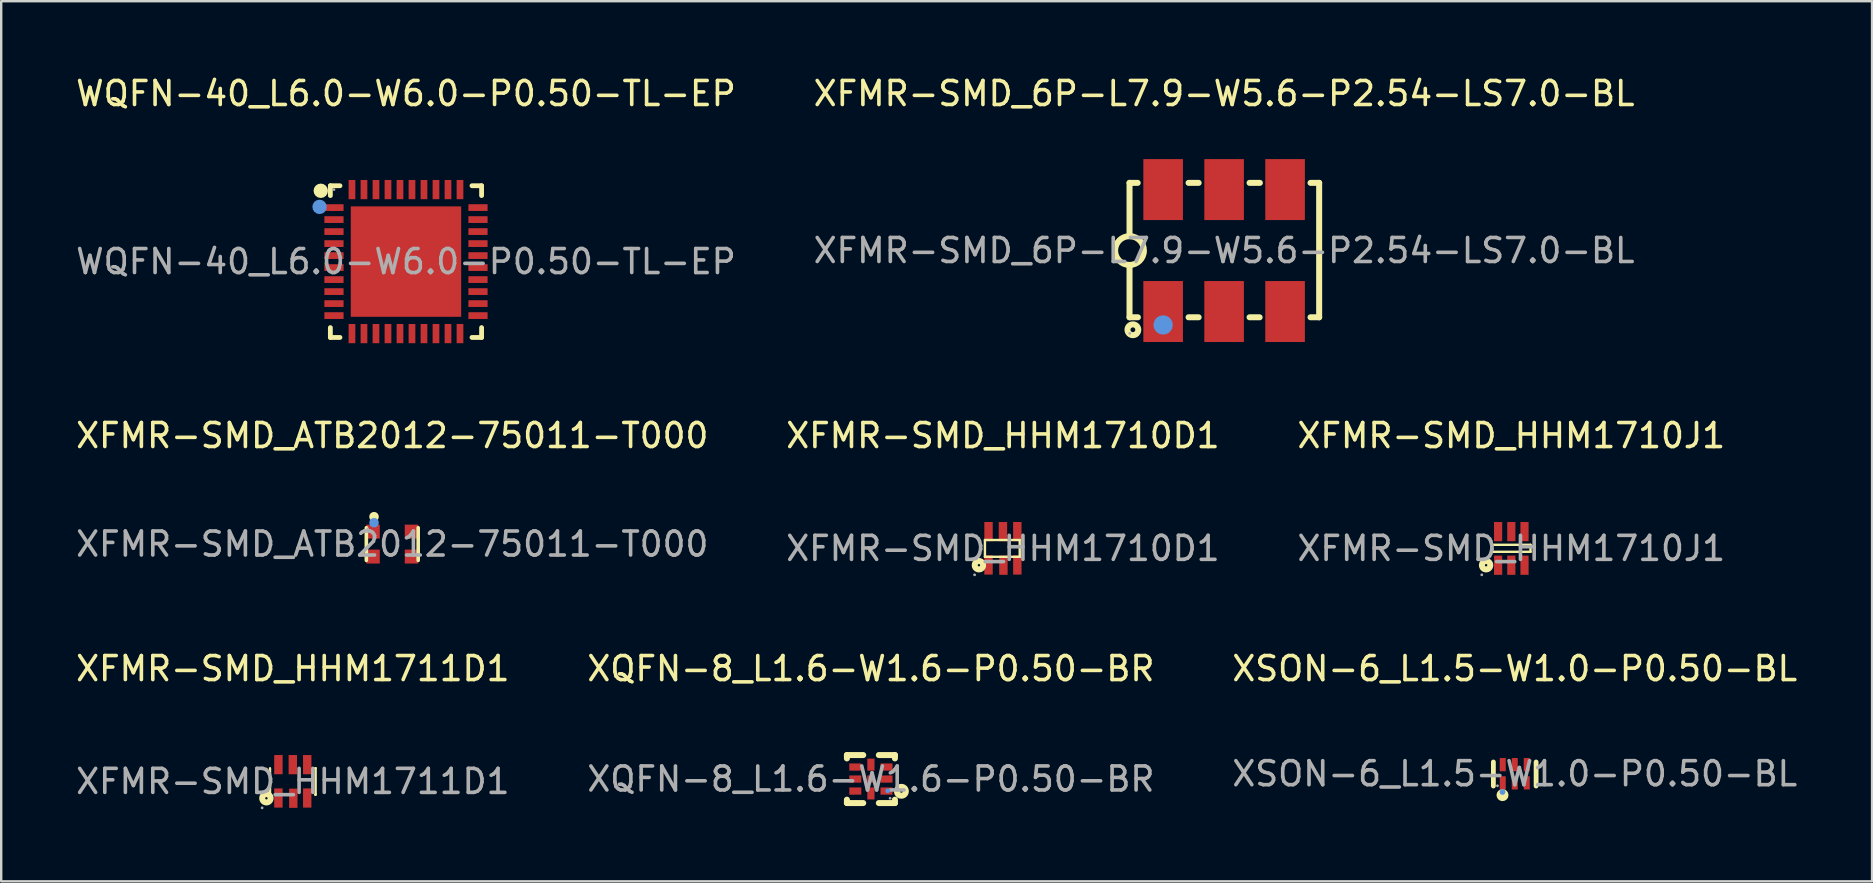
<source format=kicad_pcb>
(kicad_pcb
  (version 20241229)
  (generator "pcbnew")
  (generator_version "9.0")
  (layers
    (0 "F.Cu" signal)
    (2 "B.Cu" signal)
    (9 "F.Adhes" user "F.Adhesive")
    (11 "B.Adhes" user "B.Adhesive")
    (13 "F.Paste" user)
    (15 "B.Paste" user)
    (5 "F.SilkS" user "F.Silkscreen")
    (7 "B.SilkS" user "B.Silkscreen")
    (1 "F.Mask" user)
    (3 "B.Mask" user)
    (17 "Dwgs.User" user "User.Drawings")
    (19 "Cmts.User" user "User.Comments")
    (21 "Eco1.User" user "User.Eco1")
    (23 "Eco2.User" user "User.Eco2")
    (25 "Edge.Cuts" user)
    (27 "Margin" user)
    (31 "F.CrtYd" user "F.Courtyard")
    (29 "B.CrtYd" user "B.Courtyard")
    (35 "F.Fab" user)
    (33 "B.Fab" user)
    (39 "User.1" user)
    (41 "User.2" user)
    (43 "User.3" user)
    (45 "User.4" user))
  (footprint "XFMR-SMD_6P-L7.9-W5.6-P2.54-LS7.0-BL"
    (layer "F.Cu")
    (at 47.946 7.388)
    (property "Reference" "XFMR-SMD_6P-L7.9-W5.6-P2.54-LS7.0-BL" (at 0 -6.54 0) (layer "F.SilkS") (effects (font (size 1 1) (thickness 0.15))))
    (attr through_hole)
    (fp_line (start -3.94 -2.82) (end -3.94 -0.6) (stroke (width 0.25) (type solid)) (layer "F.SilkS"))
    (fp_line (start -3.94 -2.82) (end -3.6 -2.82) (stroke (width 0.25) (type solid)) (layer "F.SilkS"))
    (fp_line (start -3.94 2.78) (end -3.94 0.6) (stroke (width 0.25) (type solid)) (layer "F.SilkS"))
    (fp_line (start -3.94 2.78) (end -3.59 2.78) (stroke (width 0.25) (type solid)) (layer "F.SilkS"))
    (fp_line (start -1.48 -2.82) (end -1.06 -2.82) (stroke (width 0.25) (type solid)) (layer "F.SilkS"))
    (fp_line (start -1.48 2.78) (end -1.06 2.78) (stroke (width 0.25) (type solid)) (layer "F.SilkS"))
    (fp_line (start 1.06 -2.82) (end 1.49 -2.82) (stroke (width 0.25) (type solid)) (layer "F.SilkS"))
    (fp_line (start 1.06 2.78) (end 1.48 2.78) (stroke (width 0.25) (type solid)) (layer "F.SilkS"))
    (fp_line (start 3.6 -2.82) (end 3.96 -2.82) (stroke (width 0.25) (type solid)) (layer "F.SilkS"))
    (fp_line (start 3.6 2.78) (end 3.96 2.78) (stroke (width 0.25) (type solid)) (layer "F.SilkS"))
    (fp_line (start 3.96 2.78) (end 3.96 -2.82) (stroke (width 0.25) (type solid)) (layer "F.SilkS"))
    (fp_arc (start -3.929529 -0.599909) (mid -3.945236 0.599978) (end -3.94 -0.6) (stroke (width 0.25) (type solid)) (layer "F.SilkS"))
    (fp_circle (center -3.8 3.3) (end -3.7 3.3) (stroke (width 0.25) (type solid)) (fill no) (layer "F.SilkS"))
    (fp_circle (center -2.54 3.1) (end -2.34 3.1) (stroke (width 0.4) (type solid)) (fill no) (layer "Cmts.User"))
    (fp_circle (center -3.93 3.45) (end -3.9 3.45) (stroke (width 0.06) (type solid)) (fill no) (layer "F.Fab"))
    (fp_text user "${REFERENCE}" (at 0 0 0) (layer "F.Fab") (effects (font (size 1 1) (thickness 0.15))))
    (pad "1" smd rect (at -2.54 2.54) (size 1.65 2.54) (layers "F.Cu" "F.Mask" "F.Paste"))
    (pad "2" smd rect (at 0 2.54) (size 1.65 2.54) (layers "F.Cu" "F.Mask" "F.Paste"))
    (pad "3" smd rect (at 2.54 2.54) (size 1.65 2.54) (layers "F.Cu" "F.Mask" "F.Paste"))
    (pad "4" smd rect (at 2.54 -2.54) (size 1.65 2.54) (layers "F.Cu" "F.Mask" "F.Paste"))
    (pad "5" smd rect (at 0 -2.54) (size 1.65 2.54) (layers "F.Cu" "F.Mask" "F.Paste"))
    (pad "6" smd rect (at -2.54 -2.54) (size 1.65 2.54) (layers "F.Cu" "F.Mask" "F.Paste")))
  (footprint "XFMR-SMD_HHM1710J1"
    (layer "F.Cu")
    (at 59.911 19.797)
    (property "Reference" "XFMR-SMD_HHM1710J1" (at 0 -4.7 0) (layer "F.SilkS") (effects (font (size 1 1) (thickness 0.15))))
    (attr through_hole)
    (fp_line (start -0.8 -0.15) (end -0.8 0.14) (stroke (width 0.1) (type solid)) (layer "F.SilkS"))
    (fp_line (start -0.8 -0.15) (end 0.8 -0.15) (stroke (width 0.1) (type solid)) (layer "F.SilkS"))
    (fp_line (start -0.8 0.14) (end 0.8 0.14) (stroke (width 0.1) (type solid)) (layer "F.SilkS"))
    (fp_line (start 0.8 0.14) (end 0.8 -0.15) (stroke (width 0.1) (type solid)) (layer "F.SilkS"))
    (fp_circle (center -1.05 0.7) (end -1 0.7) (stroke (width 0.25) (type solid)) (fill no) (layer "F.SilkS"))
    (fp_circle (center -1.23 1.1) (end -1.2 1.1) (stroke (width 0.06) (type solid)) (fill no) (layer "F.Fab"))
    (fp_text user "${REFERENCE}" (at 0 0 0) (layer "F.Fab") (effects (font (size 1 1) (thickness 0.15))))
    (pad "1" smd rect (at -0.55 0.7 270) (size 0.8 0.34) (layers "F.Cu" "F.Mask" "F.Paste"))
    (pad "2" smd rect (at 0 0.7 270) (size 0.8 0.34) (layers "F.Cu" "F.Mask" "F.Paste"))
    (pad "3" smd rect (at 0.55 0.7 270) (size 0.8 0.34) (layers "F.Cu" "F.Mask" "F.Paste"))
    (pad "4" smd rect (at 0.55 -0.7 270) (size 0.8 0.34) (layers "F.Cu" "F.Mask" "F.Paste"))
    (pad "5" smd rect (at 0 -0.7 270) (size 0.8 0.34) (layers "F.Cu" "F.Mask" "F.Paste"))
    (pad "6" smd rect (at -0.55 -0.7 270) (size 0.8 0.34) (layers "F.Cu" "F.Mask" "F.Paste")))
  (footprint "XQFN-8_L1.6-W1.6-P0.50-BR"
    (layer "F.Cu")
    (at 33.232 29.405)
    (property "Reference" "XQFN-8_L1.6-W1.6-P0.50-BR" (at 0 -4.6 0) (layer "F.SilkS") (effects (font (size 1 1) (thickness 0.15))))
    (attr through_hole)
    (fp_line (start -1 -1) (end -0.32 -1) (stroke (width 0.25) (type solid)) (layer "F.SilkS"))
    (fp_line (start -1 -0.86) (end -1 -1) (stroke (width 0.25) (type solid)) (layer "F.SilkS"))
    (fp_line (start -1 1) (end -1 0.86) (stroke (width 0.25) (type solid)) (layer "F.SilkS"))
    (fp_line (start -0.32 1) (end -1 1) (stroke (width 0.25) (type solid)) (layer "F.SilkS"))
    (fp_line (start 0.33 -1) (end 1 -1) (stroke (width 0.25) (type solid)) (layer "F.SilkS"))
    (fp_line (start 1 -1) (end 1 -0.86) (stroke (width 0.25) (type solid)) (layer "F.SilkS"))
    (fp_line (start 1 0.86) (end 1 1) (stroke (width 0.25) (type solid)) (layer "F.SilkS"))
    (fp_line (start 1 1) (end 0.33 1) (stroke (width 0.25) (type solid)) (layer "F.SilkS"))
    (fp_circle (center 1.27 0.51) (end 1.33 0.51) (stroke (width 0.25) (type solid)) (fill no) (layer "F.SilkS"))
    (fp_circle (center 0.7 0.49) (end 0.75 0.49) (stroke (width 0.1) (type solid)) (fill no) (layer "Cmts.User"))
    (fp_circle (center 0.8 0.8) (end 0.83 0.8) (stroke (width 0.06) (type solid)) (fill no) (layer "F.Fab"))
    (fp_text user "${REFERENCE}" (at 0 0 0) (layer "F.Fab") (effects (font (size 1 1) (thickness 0.15))))
    (pad "1" smd rect (at 0.65 0.5 180) (size 0.5 0.3) (layers "F.Cu" "F.Mask" "F.Paste"))
    (pad "2" smd rect (at 0.65 0 180) (size 0.5 0.3) (layers "F.Cu" "F.Mask" "F.Paste"))
    (pad "3" smd rect (at 0.65 -0.5 180) (size 0.5 0.3) (layers "F.Cu" "F.Mask" "F.Paste"))
    (pad "4" smd rect (at 0 -0.6 270) (size 0.5 0.3) (layers "F.Cu" "F.Mask" "F.Paste"))
    (pad "5" smd rect (at -0.65 -0.5 180) (size 0.5 0.3) (layers "F.Cu" "F.Mask" "F.Paste"))
    (pad "6" smd rect (at -0.65 0 180) (size 0.5 0.3) (layers "F.Cu" "F.Mask" "F.Paste"))
    (pad "7" smd rect (at -0.65 0.5 180) (size 0.5 0.3) (layers "F.Cu" "F.Mask" "F.Paste"))
    (pad "8" smd rect (at 0 0.6 270) (size 0.5 0.3) (layers "F.Cu" "F.Mask" "F.Paste"))
    (pad "9" smd rect (at 0 0 270) (size 0.3 0.3) (layers "F.Cu" "F.Mask" "F.Paste")))
  (footprint "WQFN-40_L6.0-W6.0-P0.50-TL-EP"
    (layer "F.Cu")
    (at 13.863 7.848)
    (property "Reference" "WQFN-40_L6.0-W6.0-P0.50-TL-EP" (at 0 -7 0) (layer "F.SilkS") (effects (font (size 1 1) (thickness 0.15))))
    (attr through_hole)
    (fp_line (start -3.15 -3.16) (end -2.75 -3.16) (stroke (width 0.2) (type solid)) (layer "F.SilkS"))
    (fp_line (start -3.15 -2.75) (end -3.15 -3.16) (stroke (width 0.2) (type solid)) (layer "F.SilkS"))
    (fp_line (start -3.15 3.16) (end -3.15 2.75) (stroke (width 0.2) (type solid)) (layer "F.SilkS"))
    (fp_line (start -2.75 3.16) (end -3.15 3.16) (stroke (width 0.2) (type solid)) (layer "F.SilkS"))
    (fp_line (start 2.75 -3.16) (end 3.15 -3.16) (stroke (width 0.2) (type solid)) (layer "F.SilkS"))
    (fp_line (start 2.75 3.16) (end 3.15 3.16) (stroke (width 0.2) (type solid)) (layer "F.SilkS"))
    (fp_line (start 3.15 -3.16) (end 3.15 -2.75) (stroke (width 0.2) (type solid)) (layer "F.SilkS"))
    (fp_line (start 3.15 3.16) (end 3.15 2.75) (stroke (width 0.2) (type solid)) (layer "F.SilkS"))
    (fp_arc (start -3.55 -2.95) (mid -3.55 -2.95) (end -3.55 -2.95) (stroke (width 0.3) (type solid)) (layer "F.SilkS"))
    (fp_circle (center -3.6 -2.28) (end -3.45 -2.28) (stroke (width 0.3) (type solid)) (fill no) (layer "Cmts.User"))
    (fp_circle (center -3 -3) (end -2.97 -3) (stroke (width 0.06) (type solid)) (fill no) (layer "F.Fab"))
    (fp_text user "${REFERENCE}" (at 0 0 0) (layer "F.Fab") (effects (font (size 1 1) (thickness 0.15))))
    (pad "1" smd rect (at -3 -2.25 90) (size 0.28 0.8) (layers "F.Cu" "F.Mask" "F.Paste"))
    (pad "2" smd rect (at -3 -1.75 90) (size 0.28 0.8) (layers "F.Cu" "F.Mask" "F.Paste"))
    (pad "3" smd rect (at -3 -1.25 90) (size 0.28 0.8) (layers "F.Cu" "F.Mask" "F.Paste"))
    (pad "4" smd rect (at -3 -0.75 90) (size 0.28 0.8) (layers "F.Cu" "F.Mask" "F.Paste"))
    (pad "5" smd rect (at -3 -0.25 90) (size 0.28 0.8) (layers "F.Cu" "F.Mask" "F.Paste"))
    (pad "6" smd rect (at -3 0.25 90) (size 0.28 0.8) (layers "F.Cu" "F.Mask" "F.Paste"))
    (pad "7" smd rect (at -3 0.75 90) (size 0.28 0.8) (layers "F.Cu" "F.Mask" "F.Paste"))
    (pad "8" smd rect (at -3 1.25 90) (size 0.28 0.8) (layers "F.Cu" "F.Mask" "F.Paste"))
    (pad "9" smd rect (at -3 1.75 90) (size 0.28 0.8) (layers "F.Cu" "F.Mask" "F.Paste"))
    (pad "10" smd rect (at -3 2.25 90) (size 0.28 0.8) (layers "F.Cu" "F.Mask" "F.Paste"))
    (pad "11" smd rect (at -2.25 3) (size 0.28 0.8) (layers "F.Cu" "F.Mask" "F.Paste"))
    (pad "12" smd rect (at -1.75 3) (size 0.28 0.8) (layers "F.Cu" "F.Mask" "F.Paste"))
    (pad "13" smd rect (at -1.25 3) (size 0.28 0.8) (layers "F.Cu" "F.Mask" "F.Paste"))
    (pad "14" smd rect (at -0.75 3) (size 0.28 0.8) (layers "F.Cu" "F.Mask" "F.Paste"))
    (pad "15" smd rect (at -0.25 3) (size 0.28 0.8) (layers "F.Cu" "F.Mask" "F.Paste"))
    (pad "16" smd rect (at 0.25 3) (size 0.28 0.8) (layers "F.Cu" "F.Mask" "F.Paste"))
    (pad "17" smd rect (at 0.75 3) (size 0.28 0.8) (layers "F.Cu" "F.Mask" "F.Paste"))
    (pad "18" smd rect (at 1.25 3) (size 0.28 0.8) (layers "F.Cu" "F.Mask" "F.Paste"))
    (pad "19" smd rect (at 1.75 3) (size 0.28 0.8) (layers "F.Cu" "F.Mask" "F.Paste"))
    (pad "20" smd rect (at 2.25 3) (size 0.28 0.8) (layers "F.Cu" "F.Mask" "F.Paste"))
    (pad "21" smd rect (at 3 2.25 90) (size 0.28 0.8) (layers "F.Cu" "F.Mask" "F.Paste"))
    (pad "22" smd rect (at 3 1.75 90) (size 0.28 0.8) (layers "F.Cu" "F.Mask" "F.Paste"))
    (pad "23" smd rect (at 3 1.25 90) (size 0.28 0.8) (layers "F.Cu" "F.Mask" "F.Paste"))
    (pad "24" smd rect (at 3 0.75 90) (size 0.28 0.8) (layers "F.Cu" "F.Mask" "F.Paste"))
    (pad "25" smd rect (at 3 0.25 90) (size 0.28 0.8) (layers "F.Cu" "F.Mask" "F.Paste"))
    (pad "26" smd rect (at 3 -0.25 90) (size 0.28 0.8) (layers "F.Cu" "F.Mask" "F.Paste"))
    (pad "27" smd rect (at 3 -0.75 90) (size 0.28 0.8) (layers "F.Cu" "F.Mask" "F.Paste"))
    (pad "28" smd rect (at 3 -1.25 90) (size 0.28 0.8) (layers "F.Cu" "F.Mask" "F.Paste"))
    (pad "29" smd rect (at 3 -1.75 90) (size 0.28 0.8) (layers "F.Cu" "F.Mask" "F.Paste"))
    (pad "30" smd rect (at 3 -2.25 90) (size 0.28 0.8) (layers "F.Cu" "F.Mask" "F.Paste"))
    (pad "31" smd rect (at 2.25 -3) (size 0.28 0.8) (layers "F.Cu" "F.Mask" "F.Paste"))
    (pad "32" smd rect (at 1.75 -3) (size 0.28 0.8) (layers "F.Cu" "F.Mask" "F.Paste"))
    (pad "33" smd rect (at 1.25 -3) (size 0.28 0.8) (layers "F.Cu" "F.Mask" "F.Paste"))
    (pad "34" smd rect (at 0.75 -3) (size 0.28 0.8) (layers "F.Cu" "F.Mask" "F.Paste"))
    (pad "35" smd rect (at 0.25 -3) (size 0.28 0.8) (layers "F.Cu" "F.Mask" "F.Paste"))
    (pad "36" smd rect (at -0.25 -3) (size 0.28 0.8) (layers "F.Cu" "F.Mask" "F.Paste"))
    (pad "37" smd rect (at -0.75 -3) (size 0.28 0.8) (layers "F.Cu" "F.Mask" "F.Paste"))
    (pad "38" smd rect (at -1.25 -3) (size 0.28 0.8) (layers "F.Cu" "F.Mask" "F.Paste"))
    (pad "39" smd rect (at -1.75 -3) (size 0.28 0.8) (layers "F.Cu" "F.Mask" "F.Paste"))
    (pad "40" smd rect (at -2.25 -3) (size 0.28 0.8) (layers "F.Cu" "F.Mask" "F.Paste"))
    (pad "41" smd rect (at 0 0) (size 4.6 4.6) (layers "F.Cu" "F.Mask" "F.Paste")))
  (footprint "XFMR-SMD_ATB2012-75011-T000"
    (layer "F.Cu")
    (at 13.292 19.616)
    (property "Reference" "XFMR-SMD_ATB2012-75011-T000" (at 0 -4.52 0) (layer "F.SilkS") (effects (font (size 1 1) (thickness 0.15))))
    (attr through_hole)
    (fp_line (start -1.08 -0.68) (end -1.08 0.68) (stroke (width 0.15) (type solid)) (layer "F.SilkS"))
    (fp_line (start 1.08 -0.68) (end 1.08 0.68) (stroke (width 0.15) (type solid)) (layer "F.SilkS"))
    (fp_circle (center -0.76 -1.14) (end -0.66 -1.14) (stroke (width 0.2) (type solid)) (fill no) (layer "F.SilkS"))
    (fp_circle (center -0.76 -0.89) (end -0.66 -0.89) (stroke (width 0.2) (type solid)) (fill no) (layer "Cmts.User"))
    (fp_circle (center -1.02 -0.63) (end -0.99 -0.63) (stroke (width 0.06) (type solid)) (fill no) (layer "F.Fab"))
    (fp_text user "${REFERENCE}" (at 0 0 0) (layer "F.Fab") (effects (font (size 1 1) (thickness 0.15))))
    (pad "1" smd rect (at -0.8 -0.52) (size 0.56 0.58) (layers "F.Cu" "F.Mask" "F.Paste"))
    (pad "2" smd rect (at -0.8 0.52) (size 0.56 0.58) (layers "F.Cu" "F.Mask" "F.Paste"))
    (pad "3" smd rect (at 0.8 0.52) (size 0.56 0.58) (layers "F.Cu" "F.Mask" "F.Paste"))
    (pad "4" smd rect (at 0.8 -0.52) (size 0.56 0.58) (layers "F.Cu" "F.Mask" "F.Paste")))
  (footprint "XSON-6_L1.5-W1.0-P0.50-BL"
    (layer "F.Cu")
    (at 60.054 29.185)
    (property "Reference" "XSON-6_L1.5-W1.0-P0.50-BL" (at 0 -4.38 0) (layer "F.SilkS") (effects (font (size 1 1) (thickness 0.15))))
    (attr through_hole)
    (fp_line (start -0.89 0.51) (end -0.89 -0.49) (stroke (width 0.2) (type solid)) (layer "F.SilkS"))
    (fp_line (start 0.89 0.51) (end 0.89 -0.49) (stroke (width 0.2) (type solid)) (layer "F.SilkS"))
    (fp_arc (start -0.51 0.89) (mid -0.51 0.89) (end -0.51 0.89) (stroke (width 0.25) (type solid)) (layer "F.SilkS"))
    (fp_circle (center -0.51 0.76) (end -0.45 0.76) (stroke (width 0.12) (type solid)) (fill no) (layer "Cmts.User"))
    (fp_circle (center -0.72 0.5) (end -0.69 0.5) (stroke (width 0.06) (type solid)) (fill no) (layer "F.Fab"))
    (fp_text user "${REFERENCE}" (at 0 0 0) (layer "F.Fab") (effects (font (size 1 1) (thickness 0.15))))
    (pad "1" smd rect (at -0.5 0.38) (size 0.25 0.55) (layers "F.Cu" "F.Mask" "F.Paste"))
    (pad "2" smd rect (at 0 0.38) (size 0.25 0.55) (layers "F.Cu" "F.Mask" "F.Paste"))
    (pad "3" smd rect (at 0.5 0.38) (size 0.25 0.55) (layers "F.Cu" "F.Mask" "F.Paste"))
    (pad "4" smd rect (at 0.5 -0.38 180) (size 0.25 0.55) (layers "F.Cu" "F.Mask" "F.Paste"))
    (pad "5" smd rect (at 0 -0.38 180) (size 0.25 0.55) (layers "F.Cu" "F.Mask" "F.Paste"))
    (pad "6" smd rect (at -0.5 -0.38 180) (size 0.25 0.55) (layers "F.Cu" "F.Mask" "F.Paste")))
  (footprint "XFMR-SMD_HHM1711D1"
    (layer "F.Cu")
    (at 9.149 29.505)
    (property "Reference" "XFMR-SMD_HHM1711D1" (at 0 -4.7 0) (layer "F.SilkS") (effects (font (size 1 1) (thickness 0.15))))
    (attr through_hole)
    (fp_line (start -0.95 -0.55) (end -0.95 0.55) (stroke (width 0.1) (type solid)) (layer "F.SilkS"))
    (fp_line (start -0.95 0.55) (end -0.93 0.55) (stroke (width 0.1) (type solid)) (layer "F.SilkS"))
    (fp_line (start 0.93 0.55) (end 0.95 0.55) (stroke (width 0.1) (type solid)) (layer "F.SilkS"))
    (fp_line (start 0.95 -0.55) (end 0.93 -0.55) (stroke (width 0.1) (type solid)) (layer "F.SilkS"))
    (fp_line (start 0.95 0.55) (end 0.95 -0.55) (stroke (width 0.1) (type solid)) (layer "F.SilkS"))
    (fp_circle (center -1.1 0.7) (end -1.05 0.7) (stroke (width 0.25) (type solid)) (fill no) (layer "F.SilkS"))
    (fp_circle (center -1.28 1.1) (end -1.25 1.1) (stroke (width 0.06) (type solid)) (fill no) (layer "F.Fab"))
    (fp_text user "${REFERENCE}" (at 0 0 0) (layer "F.Fab") (effects (font (size 1 1) (thickness 0.15))))
    (pad "1" smd rect (at -0.6 0.69 270) (size 0.8 0.35) (layers "F.Cu" "F.Mask" "F.Paste"))
    (pad "2" smd rect (at 0.02 0.7 270) (size 0.8 0.35) (layers "F.Cu" "F.Mask" "F.Paste"))
    (pad "3" smd rect (at 0.6 0.69 270) (size 0.8 0.35) (layers "F.Cu" "F.Mask" "F.Paste"))
    (pad "4" smd rect (at 0.6 -0.7 270) (size 0.8 0.35) (layers "F.Cu" "F.Mask" "F.Paste"))
    (pad "5" smd rect (at 0 -0.7 270) (size 0.8 0.35) (layers "F.Cu" "F.Mask" "F.Paste"))
    (pad "6" smd rect (at -0.6 -0.7 270) (size 0.8 0.35) (layers "F.Cu" "F.Mask" "F.Paste")))
  (footprint "XFMR-SMD_HHM1710D1"
    (layer "F.Cu")
    (at 38.732 19.797)
    (property "Reference" "XFMR-SMD_HHM1710D1" (at 0 -4.7 0) (layer "F.SilkS") (effects (font (size 1 1) (thickness 0.15))))
    (attr through_hole)
    (fp_line (start -0.75 -0.35) (end 0.7 -0.35) (stroke (width 0.1) (type solid)) (layer "F.SilkS"))
    (fp_line (start -0.75 0.35) (end -0.75 -0.35) (stroke (width 0.1) (type solid)) (layer "F.SilkS"))
    (fp_line (start 0.7 -0.35) (end 0.7 0.35) (stroke (width 0.1) (type solid)) (layer "F.SilkS"))
    (fp_line (start 0.7 0.35) (end -0.75 0.35) (stroke (width 0.1) (type solid)) (layer "F.SilkS"))
    (fp_circle (center -1 0.7) (end -0.95 0.7) (stroke (width 0.25) (type solid)) (fill no) (layer "F.SilkS"))
    (fp_circle (center -1.18 1.1) (end -1.15 1.1) (stroke (width 0.06) (type solid)) (fill no) (layer "F.Fab"))
    (fp_text user "${REFERENCE}" (at 0 0 0) (layer "F.Fab") (effects (font (size 1 1) (thickness 0.15))))
    (pad "1" smd rect (at -0.6 0.69 270) (size 0.8 0.35) (layers "F.Cu" "F.Mask" "F.Paste"))
    (pad "2" smd rect (at 0.02 0.7 270) (size 0.8 0.35) (layers "F.Cu" "F.Mask" "F.Paste"))
    (pad "3" smd rect (at 0.6 0.69 270) (size 0.8 0.35) (layers "F.Cu" "F.Mask" "F.Paste"))
    (pad "4" smd rect (at 0.6 -0.7 270) (size 0.8 0.35) (layers "F.Cu" "F.Mask" "F.Paste"))
    (pad "5" smd rect (at 0 -0.7 270) (size 0.8 0.35) (layers "F.Cu" "F.Mask" "F.Paste"))
    (pad "6" smd rect (at -0.6 -0.7 270) (size 0.8 0.35) (layers "F.Cu" "F.Mask" "F.Paste")))
  (gr_rect
    (start -3 -3)
    (end 74.94 33.665)
    (stroke (width 0.1) (type default))
    (fill no)
    (layer "Edge.Cuts")))
</source>
